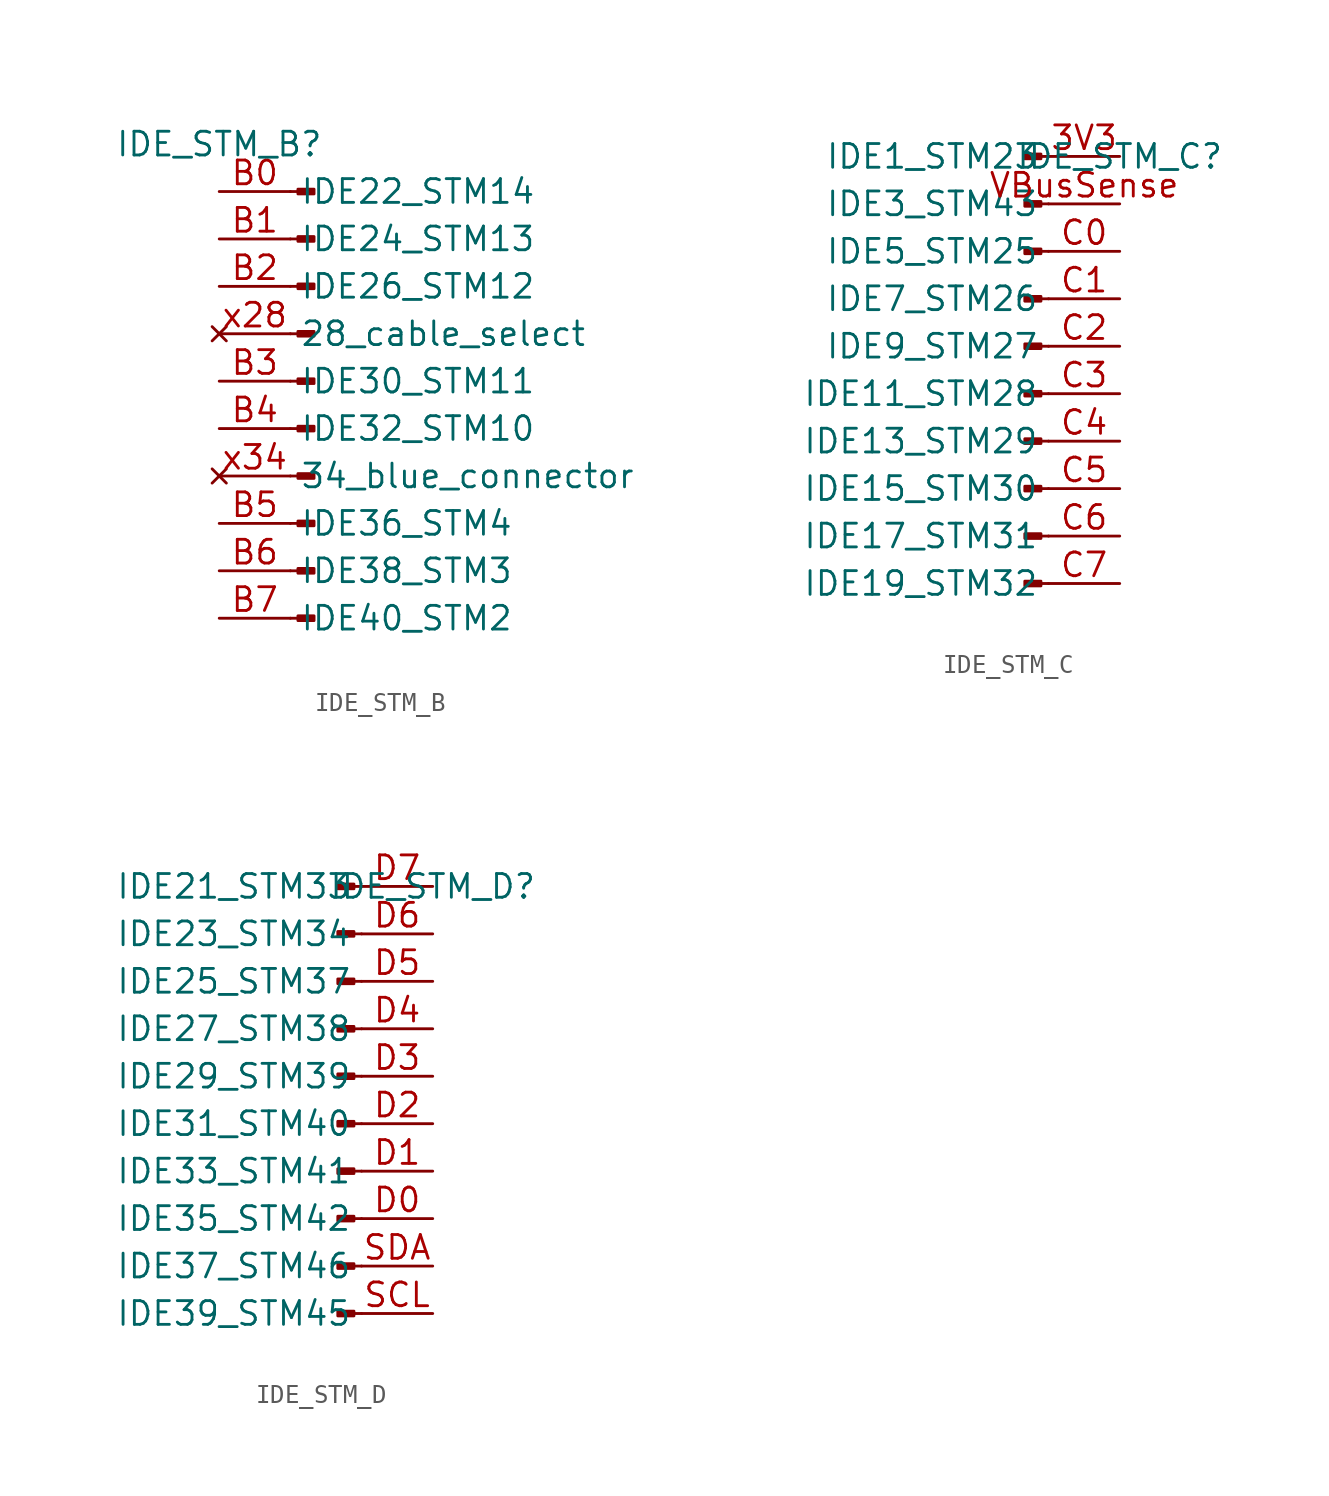
<source format=kicad_sym>
(kicad_symbol_lib
  (version 20231120)
  (generator "kicad_symbol_editor")
  (generator_version "8.0")
  (symbol "IDE_STM_B"
    (property "Reference" "IDE_STM_B"
      (at 0 0 0)
      (effects (font (size 1.27 1.27))))
    (property "Value" ""
      (at 0 0 0)
      (effects (font (size 1.27 1.27))))
    (symbol "IDE_STM_B_1_1"
      (polyline (pts (xy 3.81 -25.4) (xy 4.216 -25.4)) (stroke (width 0.152) (type default)) (fill (type none)))
      (polyline (pts (xy 3.81 -22.86) (xy 4.216 -22.86)) (stroke (width 0.152) (type default)) (fill (type none)))
      (polyline (pts (xy 3.81 -20.32) (xy 4.216 -20.32)) (stroke (width 0.152) (type default)) (fill (type none)))
      (polyline (pts (xy 3.81 -17.78) (xy 4.216 -17.78)) (stroke (width 0.152) (type default)) (fill (type none)))
      (polyline (pts (xy 3.81 -15.24) (xy 4.216 -15.24)) (stroke (width 0.152) (type default)) (fill (type none)))
      (polyline (pts (xy 3.81 -12.7) (xy 4.216 -12.7)) (stroke (width 0.152) (type default)) (fill (type none)))
      (polyline (pts (xy 3.81 -10.16) (xy 4.216 -10.16)) (stroke (width 0.152) (type default)) (fill (type none)))
      (polyline (pts (xy 3.81 -7.62) (xy 4.216 -7.62)) (stroke (width 0.152) (type default)) (fill (type none)))
      (polyline (pts (xy 3.81 -5.08) (xy 4.216 -5.08)) (stroke (width 0.152) (type default)) (fill (type none)))
      (polyline (pts (xy 3.81 -2.54) (xy 4.216 -2.54)) (stroke (width 0.152) (type default)) (fill (type none)))
      (rectangle (start 5.08 -25.527) (end 4.216 -25.273) (stroke (width 0.152) (type default)) (fill (type outline)))
      (rectangle (start 5.08 -22.987) (end 4.216 -22.733) (stroke (width 0.152) (type default)) (fill (type outline)))
      (rectangle (start 5.08 -20.447) (end 4.216 -20.193) (stroke (width 0.152) (type default)) (fill (type outline)))
      (rectangle (start 5.08 -17.907) (end 4.216 -17.653) (stroke (width 0.152) (type default)) (fill (type outline)))
      (rectangle (start 5.08 -15.367) (end 4.216 -15.113) (stroke (width 0.152) (type default)) (fill (type outline)))
      (rectangle (start 5.08 -12.827) (end 4.216 -12.573) (stroke (width 0.152) (type default)) (fill (type outline)))
      (rectangle (start 5.08 -10.287) (end 4.216 -10.033) (stroke (width 0.152) (type default)) (fill (type outline)))
      (rectangle (start 5.08 -7.747) (end 4.216 -7.493) (stroke (width 0.152) (type default)) (fill (type outline)))
      (rectangle (start 5.08 -5.207) (end 4.216 -4.953) (stroke (width 0.152) (type default)) (fill (type outline)))
      (rectangle (start 5.08 -2.413) (end 4.216 -2.667) (stroke (width 0.152) (type default)) (fill (type outline)))
      (pin passive line (at 0 -2.54 0) (length 3.81) (name "IDE22_STM14" (effects (font (size 1.27 1.27)))) (number "B0" (effects (font (size 1.27 1.27)))))
      (pin passive line (at 0 -5.08 0) (length 3.81) (name "IDE24_STM13" (effects (font (size 1.27 1.27)))) (number "B1" (effects (font (size 1.27 1.27)))))
      (pin passive line (at 0 -7.62 0) (length 3.81) (name "IDE26_STM12" (effects (font (size 1.27 1.27)))) (number "B2" (effects (font (size 1.27 1.27)))))
      (pin passive line (at 0 -12.7 0) (length 3.81) (name "IDE30_STM11" (effects (font (size 1.27 1.27)))) (number "B3" (effects (font (size 1.27 1.27)))))
      (pin passive line (at 0 -15.24 0) (length 3.81) (name "IDE32_STM10" (effects (font (size 1.27 1.27)))) (number "B4" (effects (font (size 1.27 1.27)))))
      (pin passive line (at 0 -20.32 0) (length 3.81) (name "IDE36_STM4" (effects (font (size 1.27 1.27)))) (number "B5" (effects (font (size 1.27 1.27)))))
      (pin passive line (at 0 -22.86 0) (length 3.81) (name "IDE38_STM3" (effects (font (size 1.27 1.27)))) (number "B6" (effects (font (size 1.27 1.27)))))
      (pin passive line (at 0 -25.4 0) (length 3.81) (name "IDE40_STM2" (effects (font (size 1.27 1.27)))) (number "B7" (effects (font (size 1.27 1.27)))))
      (pin no_connect line (at 0 -10.16 0) (length 3.81) (name "28_cable_select" (effects (font (size 1.27 1.27)))) (number "x28" (effects (font (size 1.27 1.27)))))
      (pin no_connect line (at 0 -17.78 0) (length 3.81) (name "34_blue_connector" (effects (font (size 1.27 1.27)))) (number "x34" (effects (font (size 1.27 1.27)))))))
  (symbol "IDE_STM_C"
    (property "Reference" "IDE_STM_C"
      (at 0 0 0)
      (effects (font (size 1.27 1.27))))
    (property "Value" ""
      (at 0 0 0)
      (effects (font (size 1.27 1.27))))
    (symbol "IDE_STM_C_1_1"
      (rectangle (start -4.216 -22.733) (end -5.08 -22.987) (stroke (width 0.152) (type default)) (fill (type outline)))
      (rectangle (start -4.216 -20.193) (end -5.08 -20.447) (stroke (width 0.152) (type default)) (fill (type outline)))
      (rectangle (start -4.216 -17.653) (end -5.08 -17.907) (stroke (width 0.152) (type default)) (fill (type outline)))
      (rectangle (start -4.216 -15.113) (end -5.08 -15.367) (stroke (width 0.152) (type default)) (fill (type outline)))
      (rectangle (start -4.216 -12.573) (end -5.08 -12.827) (stroke (width 0.152) (type default)) (fill (type outline)))
      (rectangle (start -4.216 -10.033) (end -5.08 -10.287) (stroke (width 0.152) (type default)) (fill (type outline)))
      (rectangle (start -4.216 -7.493) (end -5.08 -7.747) (stroke (width 0.152) (type default)) (fill (type outline)))
      (rectangle (start -4.216 -4.953) (end -5.08 -5.207) (stroke (width 0.152) (type default)) (fill (type outline)))
      (rectangle (start -4.216 -2.413) (end -5.08 -2.667) (stroke (width 0.152) (type default)) (fill (type outline)))
      (rectangle (start -4.216 0.127) (end -5.08 -0.127) (stroke (width 0.152) (type default)) (fill (type outline)))
      (polyline (pts (xy -3.81 -22.86) (xy -4.216 -22.86)) (stroke (width 0.152) (type default)) (fill (type none)))
      (polyline (pts (xy -3.81 -20.32) (xy -4.216 -20.32)) (stroke (width 0.152) (type default)) (fill (type none)))
      (polyline (pts (xy -3.81 -17.78) (xy -4.216 -17.78)) (stroke (width 0.152) (type default)) (fill (type none)))
      (polyline (pts (xy -3.81 -15.24) (xy -4.216 -15.24)) (stroke (width 0.152) (type default)) (fill (type none)))
      (polyline (pts (xy -3.81 -12.7) (xy -4.216 -12.7)) (stroke (width 0.152) (type default)) (fill (type none)))
      (polyline (pts (xy -3.81 -10.16) (xy -4.216 -10.16)) (stroke (width 0.152) (type default)) (fill (type none)))
      (polyline (pts (xy -3.81 -7.62) (xy -4.216 -7.62)) (stroke (width 0.152) (type default)) (fill (type none)))
      (polyline (pts (xy -3.81 -5.08) (xy -4.216 -5.08)) (stroke (width 0.152) (type default)) (fill (type none)))
      (polyline (pts (xy -3.81 -2.54) (xy -4.216 -2.54)) (stroke (width 0.152) (type default)) (fill (type none)))
      (polyline (pts (xy -3.81 0) (xy -4.216 0)) (stroke (width 0.152) (type default)) (fill (type none)))
      (pin passive line (at 0 0 180) (length 3.81) (name "IDE1_STM23" (effects (font (size 1.27 1.27)))) (number "3V3" (effects (font (size 1.27 1.27)))))
      (pin passive line (at 0 -5.08 180) (length 3.81) (name "IDE5_STM25" (effects (font (size 1.27 1.27)))) (number "C0" (effects (font (size 1.27 1.27)))))
      (pin passive line (at 0 -7.62 180) (length 3.81) (name "IDE7_STM26" (effects (font (size 1.27 1.27)))) (number "C1" (effects (font (size 1.27 1.27)))))
      (pin passive line (at 0 -10.16 180) (length 3.81) (name "IDE9_STM27" (effects (font (size 1.27 1.27)))) (number "C2" (effects (font (size 1.27 1.27)))))
      (pin passive line (at 0 -12.7 180) (length 3.81) (name "IDE11_STM28" (effects (font (size 1.27 1.27)))) (number "C3" (effects (font (size 1.27 1.27)))))
      (pin passive line (at 0 -15.24 180) (length 3.81) (name "IDE13_STM29" (effects (font (size 1.27 1.27)))) (number "C4" (effects (font (size 1.27 1.27)))))
      (pin passive line (at 0 -17.78 180) (length 3.81) (name "IDE15_STM30" (effects (font (size 1.27 1.27)))) (number "C5" (effects (font (size 1.27 1.27)))))
      (pin passive line (at 0 -20.32 180) (length 3.81) (name "IDE17_STM31" (effects (font (size 1.27 1.27)))) (number "C6" (effects (font (size 1.27 1.27)))))
      (pin passive line (at 0 -22.86 180) (length 3.81) (name "IDE19_STM32" (effects (font (size 1.27 1.27)))) (number "C7" (effects (font (size 1.27 1.27)))))
      (pin passive line (at 0 -2.54 180) (length 3.81) (name "IDE3_STM43" (effects (font (size 1.27 1.27)))) (number "VBusSense" (effects (font (size 1.27 1.27)))))))
  (symbol "IDE_STM_D"
    (property "Reference" "IDE_STM_D"
      (at 0 0 0)
      (effects (font (size 1.27 1.27))))
    (property "Value" ""
      (at 0 0 0)
      (effects (font (size 1.27 1.27))))
    (symbol "IDE_STM_D_1_1"
      (rectangle (start -4.216 -22.733) (end -5.08 -22.987) (stroke (width 0.152) (type default)) (fill (type outline)))
      (rectangle (start -4.216 -20.193) (end -5.08 -20.447) (stroke (width 0.152) (type default)) (fill (type outline)))
      (rectangle (start -4.216 -17.653) (end -5.08 -17.907) (stroke (width 0.152) (type default)) (fill (type outline)))
      (rectangle (start -4.216 -15.113) (end -5.08 -15.367) (stroke (width 0.152) (type default)) (fill (type outline)))
      (rectangle (start -4.216 -12.573) (end -5.08 -12.827) (stroke (width 0.152) (type default)) (fill (type outline)))
      (rectangle (start -4.216 -10.033) (end -5.08 -10.287) (stroke (width 0.152) (type default)) (fill (type outline)))
      (rectangle (start -4.216 -7.493) (end -5.08 -7.747) (stroke (width 0.152) (type default)) (fill (type outline)))
      (rectangle (start -4.216 -4.953) (end -5.08 -5.207) (stroke (width 0.152) (type default)) (fill (type outline)))
      (rectangle (start -4.216 -2.413) (end -5.08 -2.667) (stroke (width 0.152) (type default)) (fill (type outline)))
      (rectangle (start -4.216 0.127) (end -5.08 -0.127) (stroke (width 0.152) (type default)) (fill (type outline)))
      (polyline (pts (xy -3.81 -22.86) (xy -4.216 -22.86)) (stroke (width 0.152) (type default)) (fill (type none)))
      (polyline (pts (xy -3.81 -20.32) (xy -4.216 -20.32)) (stroke (width 0.152) (type default)) (fill (type none)))
      (polyline (pts (xy -3.81 -17.78) (xy -4.216 -17.78)) (stroke (width 0.152) (type default)) (fill (type none)))
      (polyline (pts (xy -3.81 -15.24) (xy -4.216 -15.24)) (stroke (width 0.152) (type default)) (fill (type none)))
      (polyline (pts (xy -3.81 -12.7) (xy -4.216 -12.7)) (stroke (width 0.152) (type default)) (fill (type none)))
      (polyline (pts (xy -3.81 -10.16) (xy -4.216 -10.16)) (stroke (width 0.152) (type default)) (fill (type none)))
      (polyline (pts (xy -3.81 -7.62) (xy -4.216 -7.62)) (stroke (width 0.152) (type default)) (fill (type none)))
      (polyline (pts (xy -3.81 -5.08) (xy -4.216 -5.08)) (stroke (width 0.152) (type default)) (fill (type none)))
      (polyline (pts (xy -3.81 -2.54) (xy -4.216 -2.54)) (stroke (width 0.152) (type default)) (fill (type none)))
      (polyline (pts (xy -3.81 0) (xy -4.216 0)) (stroke (width 0.152) (type default)) (fill (type none)))
      (pin passive line (at 0 -17.78 180) (length 3.81) (name "IDE35_STM42" (effects (font (size 1.27 1.27)))) (number "D0" (effects (font (size 1.27 1.27)))))
      (pin passive line (at 0 -15.24 180) (length 3.81) (name "IDE33_STM41" (effects (font (size 1.27 1.27)))) (number "D1" (effects (font (size 1.27 1.27)))))
      (pin passive line (at 0 -12.7 180) (length 3.81) (name "IDE31_STM40" (effects (font (size 1.27 1.27)))) (number "D2" (effects (font (size 1.27 1.27)))))
      (pin passive line (at 0 -10.16 180) (length 3.81) (name "IDE29_STM39" (effects (font (size 1.27 1.27)))) (number "D3" (effects (font (size 1.27 1.27)))))
      (pin passive line (at 0 -7.62 180) (length 3.81) (name "IDE27_STM38" (effects (font (size 1.27 1.27)))) (number "D4" (effects (font (size 1.27 1.27)))))
      (pin passive line (at 0 -5.08 180) (length 3.81) (name "IDE25_STM37" (effects (font (size 1.27 1.27)))) (number "D5" (effects (font (size 1.27 1.27)))))
      (pin passive line (at 0 -2.54 180) (length 3.81) (name "IDE23_STM34" (effects (font (size 1.27 1.27)))) (number "D6" (effects (font (size 1.27 1.27)))))
      (pin passive line (at 0 0 180) (length 3.81) (name "IDE21_STM33" (effects (font (size 1.27 1.27)))) (number "D7" (effects (font (size 1.27 1.27)))))
      (pin passive line (at 0 -22.86 180) (length 3.81) (name "IDE39_STM45" (effects (font (size 1.27 1.27)))) (number "SCL" (effects (font (size 1.27 1.27)))))
      (pin passive line (at 0 -20.32 180) (length 3.81) (name "IDE37_STM46" (effects (font (size 1.27 1.27)))) (number "SDA" (effects (font (size 1.27 1.27))))))))
</source>
